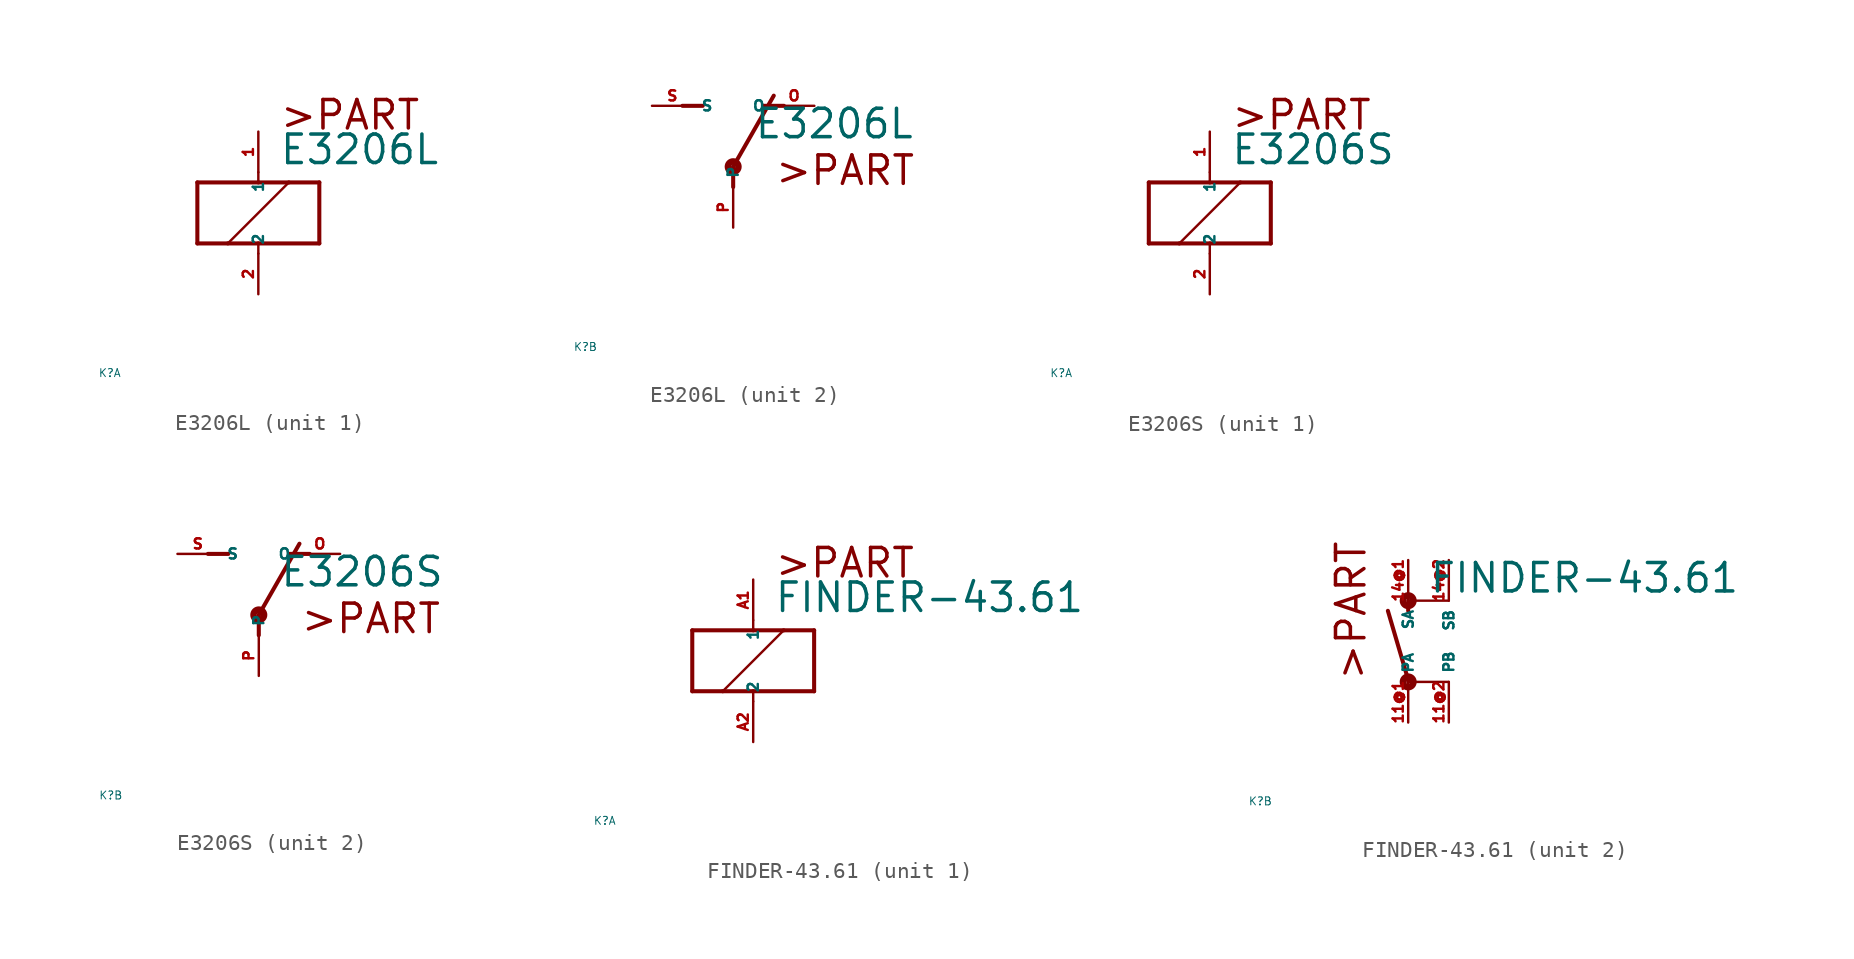
<source format=kicad_sym>
(kicad_symbol_lib
  (version 20220914)
  (generator Eagle2Kicad)
  (symbol "E3206L"
    (property "Reference" "K"
      (at -10 -10 0)
      (effects (font (size 0.5 0.5) (thickness 0.06)) (justify left)))
    (property "Value" "E3206L"
      (at 1.27 2.921 0)
      (effects (font (size 1.778 1.778) (thickness 0.22)) (justify left bottom)))
    (symbol "E3206L_1_0"
      (polyline (pts (xy -3.81 -1.905) (xy -1.905 -1.905)) (stroke (width 0.254) (type default)) (fill (type none)))
      (polyline (pts (xy 3.81 -1.905) (xy 3.81 1.905)) (stroke (width 0.254) (type default)) (fill (type none)))
      (polyline (pts (xy 3.81 1.905) (xy 1.905 1.905)) (stroke (width 0.254) (type default)) (fill (type none)))
      (polyline (pts (xy -3.81 1.905) (xy -3.81 -1.905)) (stroke (width 0.254) (type default)) (fill (type none)))
      (polyline (pts (xy 0 -2.54) (xy 0 -1.905)) (stroke (width 0.152) (type default)) (fill (type none)))
      (polyline (pts (xy 0 -1.905) (xy 3.81 -1.905)) (stroke (width 0.254) (type default)) (fill (type none)))
      (polyline (pts (xy 0 2.54) (xy 0 1.905)) (stroke (width 0.152) (type default)) (fill (type none)))
      (polyline (pts (xy 0 1.905) (xy -3.81 1.905)) (stroke (width 0.254) (type default)) (fill (type none)))
      (polyline (pts (xy -1.905 -1.905) (xy 1.905 1.905)) (stroke (width 0.152) (type default)) (fill (type none)))
      (polyline (pts (xy -1.905 -1.905) (xy 0 -1.905)) (stroke (width 0.254) (type default)) (fill (type none)))
      (polyline (pts (xy 1.905 1.905) (xy 0 1.905)) (stroke (width 0.254) (type default)) (fill (type none)))
      (text ">PART" (at 1.27 5.08 0) (effects (font (size 1.778 1.778) (thickness 0.22)) (justify left bottom)))
      (pin passive line (at 0 -5.08 90) (length 2.54) (name "2" (effects (font (size 0.635 0.635) (thickness 0.08)) (justify left bottom))) (number "2" (effects (font (size 0.635 0.635) (thickness 0.08)) (justify left bottom))))
      (pin passive line (at 0 5.08 270) (length 2.54) (name "1" (effects (font (size 0.635 0.635) (thickness 0.08)) (justify left bottom))) (number "1" (effects (font (size 0.635 0.635) (thickness 0.08)) (justify left bottom)))))
    (symbol "E3206L_2_0"
      (polyline (pts (xy 3.175 5.08) (xy 1.905 5.08)) (stroke (width 0.254) (type default)) (fill (type none)))
      (polyline (pts (xy -3.175 5.08) (xy -1.905 5.08)) (stroke (width 0.254) (type default)) (fill (type none)))
      (polyline (pts (xy 0 1.27) (xy 2.54 5.715)) (stroke (width 0.254) (type default)) (fill (type none)))
      (polyline (pts (xy 0 1.27) (xy 0 0)) (stroke (width 0.254) (type default)) (fill (type none)))
      (text ">PART" (at 2.54 0 0) (effects (font (size 1.778 1.778) (thickness 0.22)) (justify left bottom)))
      (circle (center 0 1.27) (radius 0.127) (stroke (width 0.406) (type default)) (fill (type none)))
      (pin passive line (at 5.08 5.08 180) (length 2.54) (name "O" (effects (font (size 0.635 0.635) (thickness 0.08)) (justify left bottom))) (number "O" (effects (font (size 0.635 0.635) (thickness 0.08)) (justify left bottom))))
      (pin passive line (at -5.08 5.08 0) (length 2.54) (name "S" (effects (font (size 0.635 0.635) (thickness 0.08)) (justify left bottom))) (number "S" (effects (font (size 0.635 0.635) (thickness 0.08)) (justify left bottom))))
      (pin passive line (at 0 -2.54 90) (length 2.54) (name "P" (effects (font (size 0.635 0.635) (thickness 0.08)) (justify left bottom))) (number "P" (effects (font (size 0.635 0.635) (thickness 0.08)) (justify left bottom))))))
  (symbol "E3206S"
    (property "Reference" "K"
      (at -10 -10 0)
      (effects (font (size 0.5 0.5) (thickness 0.06)) (justify left)))
    (property "Value" "E3206S"
      (at 1.27 2.921 0)
      (effects (font (size 1.778 1.778) (thickness 0.22)) (justify left bottom)))
    (symbol "E3206S_1_0"
      (polyline (pts (xy -3.81 -1.905) (xy -1.905 -1.905)) (stroke (width 0.254) (type default)) (fill (type none)))
      (polyline (pts (xy 3.81 -1.905) (xy 3.81 1.905)) (stroke (width 0.254) (type default)) (fill (type none)))
      (polyline (pts (xy 3.81 1.905) (xy 1.905 1.905)) (stroke (width 0.254) (type default)) (fill (type none)))
      (polyline (pts (xy -3.81 1.905) (xy -3.81 -1.905)) (stroke (width 0.254) (type default)) (fill (type none)))
      (polyline (pts (xy 0 -2.54) (xy 0 -1.905)) (stroke (width 0.152) (type default)) (fill (type none)))
      (polyline (pts (xy 0 -1.905) (xy 3.81 -1.905)) (stroke (width 0.254) (type default)) (fill (type none)))
      (polyline (pts (xy 0 2.54) (xy 0 1.905)) (stroke (width 0.152) (type default)) (fill (type none)))
      (polyline (pts (xy 0 1.905) (xy -3.81 1.905)) (stroke (width 0.254) (type default)) (fill (type none)))
      (polyline (pts (xy -1.905 -1.905) (xy 1.905 1.905)) (stroke (width 0.152) (type default)) (fill (type none)))
      (polyline (pts (xy -1.905 -1.905) (xy 0 -1.905)) (stroke (width 0.254) (type default)) (fill (type none)))
      (polyline (pts (xy 1.905 1.905) (xy 0 1.905)) (stroke (width 0.254) (type default)) (fill (type none)))
      (text ">PART" (at 1.27 5.08 0) (effects (font (size 1.778 1.778) (thickness 0.22)) (justify left bottom)))
      (pin passive line (at 0 -5.08 90) (length 2.54) (name "2" (effects (font (size 0.635 0.635) (thickness 0.08)) (justify left bottom))) (number "2" (effects (font (size 0.635 0.635) (thickness 0.08)) (justify left bottom))))
      (pin passive line (at 0 5.08 270) (length 2.54) (name "1" (effects (font (size 0.635 0.635) (thickness 0.08)) (justify left bottom))) (number "1" (effects (font (size 0.635 0.635) (thickness 0.08)) (justify left bottom)))))
    (symbol "E3206S_2_0"
      (polyline (pts (xy 3.175 5.08) (xy 1.905 5.08)) (stroke (width 0.254) (type default)) (fill (type none)))
      (polyline (pts (xy -3.175 5.08) (xy -1.905 5.08)) (stroke (width 0.254) (type default)) (fill (type none)))
      (polyline (pts (xy 0 1.27) (xy 2.54 5.715)) (stroke (width 0.254) (type default)) (fill (type none)))
      (polyline (pts (xy 0 1.27) (xy 0 0)) (stroke (width 0.254) (type default)) (fill (type none)))
      (text ">PART" (at 2.54 0 0) (effects (font (size 1.778 1.778) (thickness 0.22)) (justify left bottom)))
      (circle (center 0 1.27) (radius 0.127) (stroke (width 0.406) (type default)) (fill (type none)))
      (pin passive line (at 5.08 5.08 180) (length 2.54) (name "O" (effects (font (size 0.635 0.635) (thickness 0.08)) (justify left bottom))) (number "O" (effects (font (size 0.635 0.635) (thickness 0.08)) (justify left bottom))))
      (pin passive line (at -5.08 5.08 0) (length 2.54) (name "S" (effects (font (size 0.635 0.635) (thickness 0.08)) (justify left bottom))) (number "S" (effects (font (size 0.635 0.635) (thickness 0.08)) (justify left bottom))))
      (pin passive line (at 0 -2.54 90) (length 2.54) (name "P" (effects (font (size 0.635 0.635) (thickness 0.08)) (justify left bottom))) (number "P" (effects (font (size 0.635 0.635) (thickness 0.08)) (justify left bottom))))))
  (symbol "FINDER-43.61"
    (property "Reference" "K"
      (at -10 -10 0)
      (effects (font (size 0.5 0.5) (thickness 0.06)) (justify left)))
    (property "Value" "FINDER-43.61"
      (at 1.27 2.921 0)
      (effects (font (size 1.778 1.778) (thickness 0.22)) (justify left bottom)))
    (symbol "FINDER-43.61_1_0"
      (polyline (pts (xy -3.81 -1.905) (xy -1.905 -1.905)) (stroke (width 0.254) (type default)) (fill (type none)))
      (polyline (pts (xy 3.81 -1.905) (xy 3.81 1.905)) (stroke (width 0.254) (type default)) (fill (type none)))
      (polyline (pts (xy 3.81 1.905) (xy 1.905 1.905)) (stroke (width 0.254) (type default)) (fill (type none)))
      (polyline (pts (xy -3.81 1.905) (xy -3.81 -1.905)) (stroke (width 0.254) (type default)) (fill (type none)))
      (polyline (pts (xy 0 -2.54) (xy 0 -1.905)) (stroke (width 0.152) (type default)) (fill (type none)))
      (polyline (pts (xy 0 -1.905) (xy 3.81 -1.905)) (stroke (width 0.254) (type default)) (fill (type none)))
      (polyline (pts (xy 0 2.54) (xy 0 1.905)) (stroke (width 0.152) (type default)) (fill (type none)))
      (polyline (pts (xy 0 1.905) (xy -3.81 1.905)) (stroke (width 0.254) (type default)) (fill (type none)))
      (polyline (pts (xy -1.905 -1.905) (xy 1.905 1.905)) (stroke (width 0.152) (type default)) (fill (type none)))
      (polyline (pts (xy -1.905 -1.905) (xy 0 -1.905)) (stroke (width 0.254) (type default)) (fill (type none)))
      (polyline (pts (xy 1.905 1.905) (xy 0 1.905)) (stroke (width 0.254) (type default)) (fill (type none)))
      (text ">PART" (at 1.27 5.08 0) (effects (font (size 1.778 1.778) (thickness 0.22)) (justify left bottom)))
      (pin passive line (at 0 -5.08 90) (length 2.54) (name "2" (effects (font (size 0.635 0.635) (thickness 0.08)) (justify left bottom))) (number "A2" (effects (font (size 0.635 0.635) (thickness 0.08)) (justify left bottom))))
      (pin passive line (at 0 5.08 270) (length 2.54) (name "1" (effects (font (size 0.635 0.635) (thickness 0.08)) (justify left bottom))) (number "A1" (effects (font (size 0.635 0.635) (thickness 0.08)) (justify left bottom)))))
    (symbol "FINDER-43.61_2_0"
      (polyline (pts (xy 0 2.54) (xy 0 1.905)) (stroke (width 0.254) (type default)) (fill (type none)))
      (polyline (pts (xy 0 -2.54) (xy 0 -2.413)) (stroke (width 0.254) (type default)) (fill (type none)))
      (polyline (pts (xy 0 -2.413) (xy -1.27 1.905)) (stroke (width 0.254) (type default)) (fill (type none)))
      (polyline (pts (xy 0 2.54) (xy 2.54 2.54)) (stroke (width 0.152) (type default)) (fill (type none)))
      (polyline (pts (xy 0 -2.54) (xy 2.54 -2.54)) (stroke (width 0.152) (type default)) (fill (type none)))
      (text ">PART" (at -2.54 -2.54 900) (effects (font (size 1.778 1.778) (thickness 0.22)) (justify left bottom)))
      (circle (center 0 -2.54) (radius 0.127) (stroke (width 0.406) (type default)) (fill (type none)))
      (circle (center 0 2.54) (radius 0.127) (stroke (width 0.406) (type default)) (fill (type none)))
      (pin passive line (at 0 -5.08 90) (length 2.54) (name "PA" (effects (font (size 0.635 0.635) (thickness 0.08)) (justify left bottom))) (number "11@1" (effects (font (size 0.635 0.635) (thickness 0.08)) (justify left bottom))))
      (pin passive line (at 0 5.08 270) (length 2.54) (name "SA" (effects (font (size 0.635 0.635) (thickness 0.08)) (justify left bottom))) (number "14@1" (effects (font (size 0.635 0.635) (thickness 0.08)) (justify left bottom))))
      (pin passive line (at 2.54 5.08 270) (length 2.54) (name "SB" (effects (font (size 0.635 0.635) (thickness 0.08)) (justify left bottom))) (number "14@2" (effects (font (size 0.635 0.635) (thickness 0.08)) (justify left bottom))))
      (pin passive line (at 2.54 -5.08 90) (length 2.54) (name "PB" (effects (font (size 0.635 0.635) (thickness 0.08)) (justify left bottom))) (number "11@2" (effects (font (size 0.635 0.635) (thickness 0.08)) (justify left bottom)))))))
</source>
